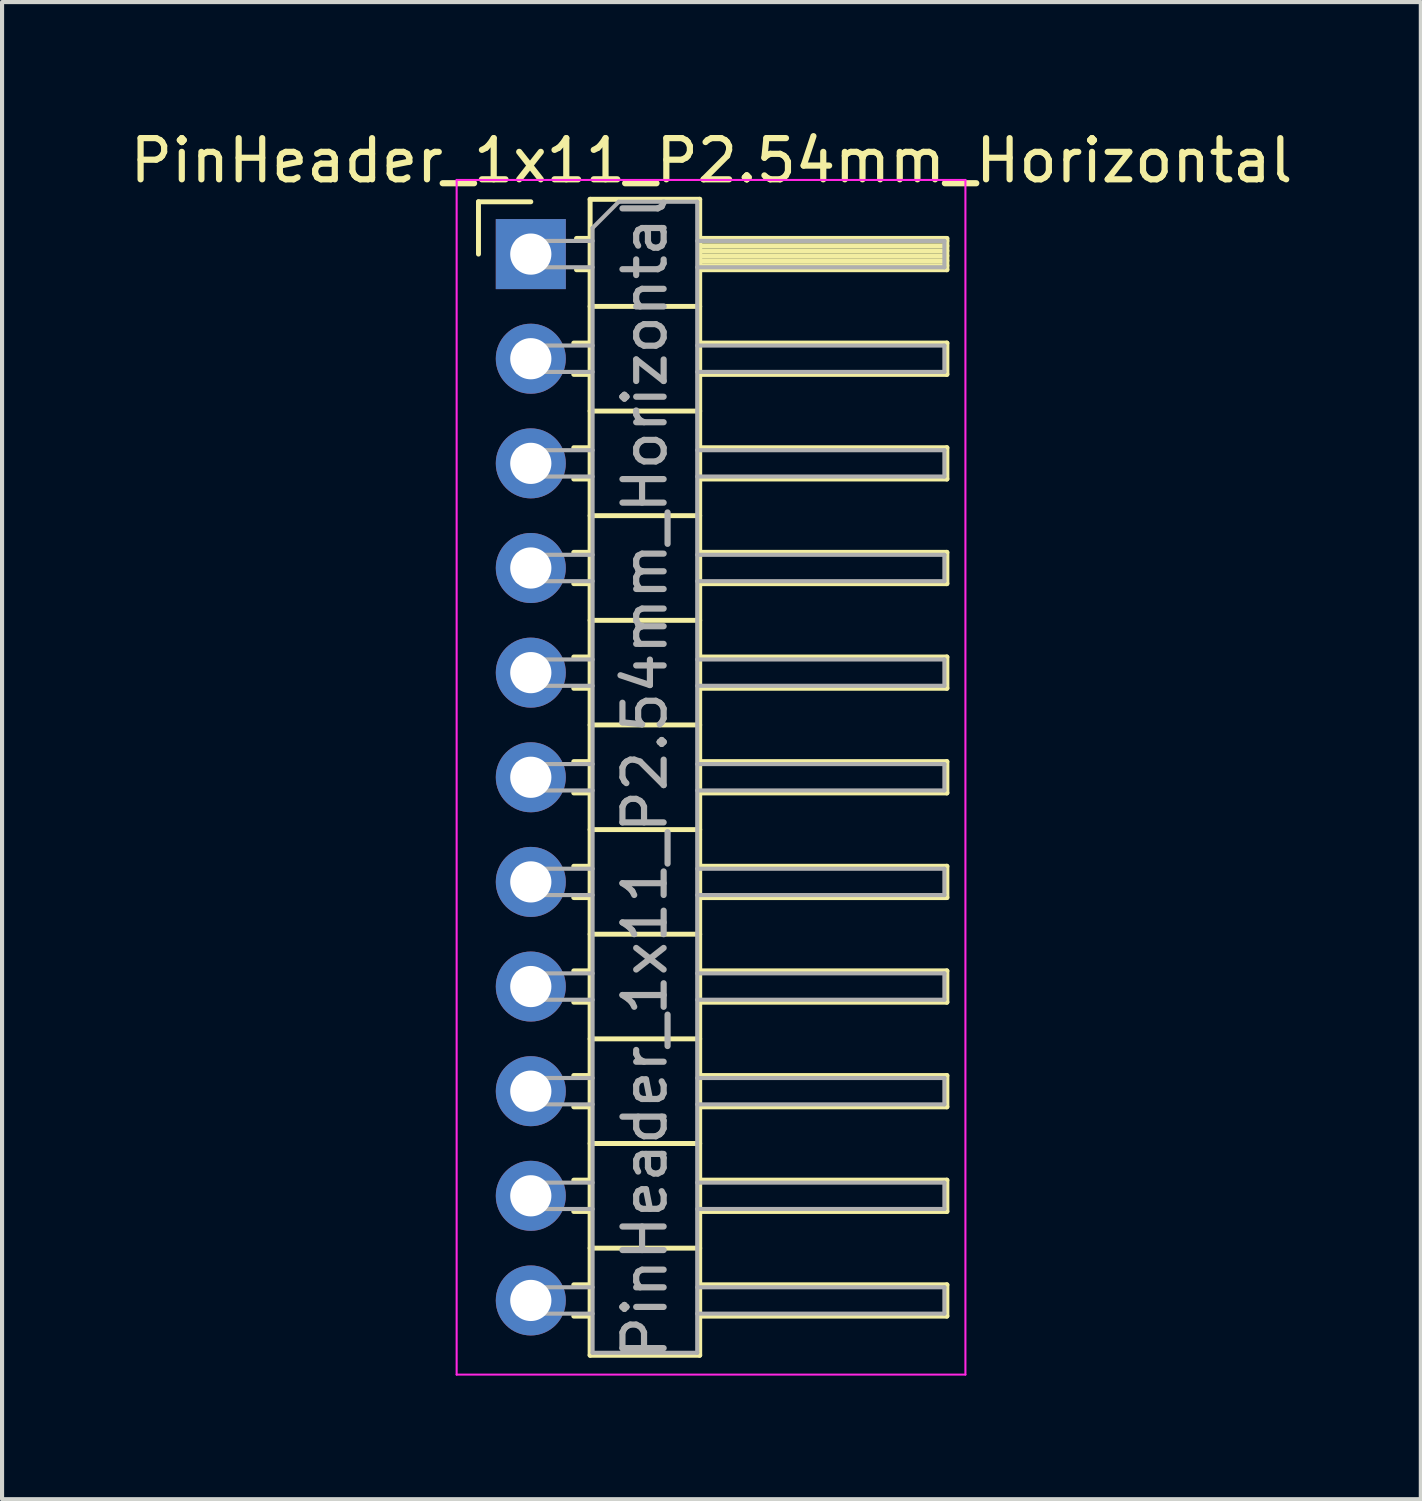
<source format=kicad_pcb>
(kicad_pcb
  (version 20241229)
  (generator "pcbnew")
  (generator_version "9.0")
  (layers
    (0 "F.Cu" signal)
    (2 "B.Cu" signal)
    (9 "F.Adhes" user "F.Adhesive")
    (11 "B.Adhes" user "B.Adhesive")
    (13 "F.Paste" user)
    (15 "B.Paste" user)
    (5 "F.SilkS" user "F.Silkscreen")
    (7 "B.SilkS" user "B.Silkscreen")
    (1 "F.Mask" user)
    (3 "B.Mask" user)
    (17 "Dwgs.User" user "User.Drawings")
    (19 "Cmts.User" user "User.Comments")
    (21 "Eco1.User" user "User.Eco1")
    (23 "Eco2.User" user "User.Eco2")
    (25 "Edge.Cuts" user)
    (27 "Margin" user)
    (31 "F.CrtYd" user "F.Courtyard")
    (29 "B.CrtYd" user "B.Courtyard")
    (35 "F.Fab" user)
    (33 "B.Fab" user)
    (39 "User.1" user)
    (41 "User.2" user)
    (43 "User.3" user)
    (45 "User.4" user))
  (footprint "PinHeader_1x11_P2.54mm_Horizontal"
    (layer "F.Cu")
    (at 9.835 3.118)
    (property "Reference" "PinHeader_1x11_P2.54mm_Horizontal" (at 4.385 -2.27 0) (layer "F.SilkS") (effects (font (size 1 1) (thickness 0.15))))
    (attr through_hole)
    (fp_line (start -1.27 -1.27) (end 0 -1.27) (stroke (width 0.12) (type solid)) (layer "F.SilkS"))
    (fp_line (start -1.27 0) (end -1.27 -1.27) (stroke (width 0.12) (type solid)) (layer "F.SilkS"))
    (fp_line (start 1.043 2.16) (end 1.44 2.16) (stroke (width 0.12) (type solid)) (layer "F.SilkS"))
    (fp_line (start 1.043 2.92) (end 1.44 2.92) (stroke (width 0.12) (type solid)) (layer "F.SilkS"))
    (fp_line (start 1.043 4.7) (end 1.44 4.7) (stroke (width 0.12) (type solid)) (layer "F.SilkS"))
    (fp_line (start 1.043 5.46) (end 1.44 5.46) (stroke (width 0.12) (type solid)) (layer "F.SilkS"))
    (fp_line (start 1.043 7.24) (end 1.44 7.24) (stroke (width 0.12) (type solid)) (layer "F.SilkS"))
    (fp_line (start 1.043 8) (end 1.44 8) (stroke (width 0.12) (type solid)) (layer "F.SilkS"))
    (fp_line (start 1.043 9.78) (end 1.44 9.78) (stroke (width 0.12) (type solid)) (layer "F.SilkS"))
    (fp_line (start 1.043 10.54) (end 1.44 10.54) (stroke (width 0.12) (type solid)) (layer "F.SilkS"))
    (fp_line (start 1.043 12.32) (end 1.44 12.32) (stroke (width 0.12) (type solid)) (layer "F.SilkS"))
    (fp_line (start 1.043 13.08) (end 1.44 13.08) (stroke (width 0.12) (type solid)) (layer "F.SilkS"))
    (fp_line (start 1.043 14.86) (end 1.44 14.86) (stroke (width 0.12) (type solid)) (layer "F.SilkS"))
    (fp_line (start 1.043 15.62) (end 1.44 15.62) (stroke (width 0.12) (type solid)) (layer "F.SilkS"))
    (fp_line (start 1.043 17.4) (end 1.44 17.4) (stroke (width 0.12) (type solid)) (layer "F.SilkS"))
    (fp_line (start 1.043 18.16) (end 1.44 18.16) (stroke (width 0.12) (type solid)) (layer "F.SilkS"))
    (fp_line (start 1.043 19.94) (end 1.44 19.94) (stroke (width 0.12) (type solid)) (layer "F.SilkS"))
    (fp_line (start 1.043 20.7) (end 1.44 20.7) (stroke (width 0.12) (type solid)) (layer "F.SilkS"))
    (fp_line (start 1.043 22.48) (end 1.44 22.48) (stroke (width 0.12) (type solid)) (layer "F.SilkS"))
    (fp_line (start 1.043 23.24) (end 1.44 23.24) (stroke (width 0.12) (type solid)) (layer "F.SilkS"))
    (fp_line (start 1.043 25.02) (end 1.44 25.02) (stroke (width 0.12) (type solid)) (layer "F.SilkS"))
    (fp_line (start 1.043 25.78) (end 1.44 25.78) (stroke (width 0.12) (type solid)) (layer "F.SilkS"))
    (fp_line (start 1.11 -0.38) (end 1.44 -0.38) (stroke (width 0.12) (type solid)) (layer "F.SilkS"))
    (fp_line (start 1.11 0.38) (end 1.44 0.38) (stroke (width 0.12) (type solid)) (layer "F.SilkS"))
    (fp_line (start 1.44 -1.33) (end 1.44 26.73) (stroke (width 0.12) (type solid)) (layer "F.SilkS"))
    (fp_line (start 1.44 1.27) (end 4.1 1.27) (stroke (width 0.12) (type solid)) (layer "F.SilkS"))
    (fp_line (start 1.44 3.81) (end 4.1 3.81) (stroke (width 0.12) (type solid)) (layer "F.SilkS"))
    (fp_line (start 1.44 6.35) (end 4.1 6.35) (stroke (width 0.12) (type solid)) (layer "F.SilkS"))
    (fp_line (start 1.44 8.89) (end 4.1 8.89) (stroke (width 0.12) (type solid)) (layer "F.SilkS"))
    (fp_line (start 1.44 11.43) (end 4.1 11.43) (stroke (width 0.12) (type solid)) (layer "F.SilkS"))
    (fp_line (start 1.44 13.97) (end 4.1 13.97) (stroke (width 0.12) (type solid)) (layer "F.SilkS"))
    (fp_line (start 1.44 16.51) (end 4.1 16.51) (stroke (width 0.12) (type solid)) (layer "F.SilkS"))
    (fp_line (start 1.44 19.05) (end 4.1 19.05) (stroke (width 0.12) (type solid)) (layer "F.SilkS"))
    (fp_line (start 1.44 21.59) (end 4.1 21.59) (stroke (width 0.12) (type solid)) (layer "F.SilkS"))
    (fp_line (start 1.44 24.13) (end 4.1 24.13) (stroke (width 0.12) (type solid)) (layer "F.SilkS"))
    (fp_line (start 1.44 26.73) (end 4.1 26.73) (stroke (width 0.12) (type solid)) (layer "F.SilkS"))
    (fp_line (start 4.1 -1.33) (end 1.44 -1.33) (stroke (width 0.12) (type solid)) (layer "F.SilkS"))
    (fp_line (start 4.1 -0.38) (end 10.1 -0.38) (stroke (width 0.12) (type solid)) (layer "F.SilkS"))
    (fp_line (start 4.1 -0.32) (end 10.1 -0.32) (stroke (width 0.12) (type solid)) (layer "F.SilkS"))
    (fp_line (start 4.1 -0.2) (end 10.1 -0.2) (stroke (width 0.12) (type solid)) (layer "F.SilkS"))
    (fp_line (start 4.1 -0.08) (end 10.1 -0.08) (stroke (width 0.12) (type solid)) (layer "F.SilkS"))
    (fp_line (start 4.1 0.04) (end 10.1 0.04) (stroke (width 0.12) (type solid)) (layer "F.SilkS"))
    (fp_line (start 4.1 0.16) (end 10.1 0.16) (stroke (width 0.12) (type solid)) (layer "F.SilkS"))
    (fp_line (start 4.1 0.28) (end 10.1 0.28) (stroke (width 0.12) (type solid)) (layer "F.SilkS"))
    (fp_line (start 4.1 2.16) (end 10.1 2.16) (stroke (width 0.12) (type solid)) (layer "F.SilkS"))
    (fp_line (start 4.1 4.7) (end 10.1 4.7) (stroke (width 0.12) (type solid)) (layer "F.SilkS"))
    (fp_line (start 4.1 7.24) (end 10.1 7.24) (stroke (width 0.12) (type solid)) (layer "F.SilkS"))
    (fp_line (start 4.1 9.78) (end 10.1 9.78) (stroke (width 0.12) (type solid)) (layer "F.SilkS"))
    (fp_line (start 4.1 12.32) (end 10.1 12.32) (stroke (width 0.12) (type solid)) (layer "F.SilkS"))
    (fp_line (start 4.1 14.86) (end 10.1 14.86) (stroke (width 0.12) (type solid)) (layer "F.SilkS"))
    (fp_line (start 4.1 17.4) (end 10.1 17.4) (stroke (width 0.12) (type solid)) (layer "F.SilkS"))
    (fp_line (start 4.1 19.94) (end 10.1 19.94) (stroke (width 0.12) (type solid)) (layer "F.SilkS"))
    (fp_line (start 4.1 22.48) (end 10.1 22.48) (stroke (width 0.12) (type solid)) (layer "F.SilkS"))
    (fp_line (start 4.1 25.02) (end 10.1 25.02) (stroke (width 0.12) (type solid)) (layer "F.SilkS"))
    (fp_line (start 4.1 26.73) (end 4.1 -1.33) (stroke (width 0.12) (type solid)) (layer "F.SilkS"))
    (fp_line (start 10.1 -0.38) (end 10.1 0.38) (stroke (width 0.12) (type solid)) (layer "F.SilkS"))
    (fp_line (start 10.1 0.38) (end 4.1 0.38) (stroke (width 0.12) (type solid)) (layer "F.SilkS"))
    (fp_line (start 10.1 2.16) (end 10.1 2.92) (stroke (width 0.12) (type solid)) (layer "F.SilkS"))
    (fp_line (start 10.1 2.92) (end 4.1 2.92) (stroke (width 0.12) (type solid)) (layer "F.SilkS"))
    (fp_line (start 10.1 4.7) (end 10.1 5.46) (stroke (width 0.12) (type solid)) (layer "F.SilkS"))
    (fp_line (start 10.1 5.46) (end 4.1 5.46) (stroke (width 0.12) (type solid)) (layer "F.SilkS"))
    (fp_line (start 10.1 7.24) (end 10.1 8) (stroke (width 0.12) (type solid)) (layer "F.SilkS"))
    (fp_line (start 10.1 8) (end 4.1 8) (stroke (width 0.12) (type solid)) (layer "F.SilkS"))
    (fp_line (start 10.1 9.78) (end 10.1 10.54) (stroke (width 0.12) (type solid)) (layer "F.SilkS"))
    (fp_line (start 10.1 10.54) (end 4.1 10.54) (stroke (width 0.12) (type solid)) (layer "F.SilkS"))
    (fp_line (start 10.1 12.32) (end 10.1 13.08) (stroke (width 0.12) (type solid)) (layer "F.SilkS"))
    (fp_line (start 10.1 13.08) (end 4.1 13.08) (stroke (width 0.12) (type solid)) (layer "F.SilkS"))
    (fp_line (start 10.1 14.86) (end 10.1 15.62) (stroke (width 0.12) (type solid)) (layer "F.SilkS"))
    (fp_line (start 10.1 15.62) (end 4.1 15.62) (stroke (width 0.12) (type solid)) (layer "F.SilkS"))
    (fp_line (start 10.1 17.4) (end 10.1 18.16) (stroke (width 0.12) (type solid)) (layer "F.SilkS"))
    (fp_line (start 10.1 18.16) (end 4.1 18.16) (stroke (width 0.12) (type solid)) (layer "F.SilkS"))
    (fp_line (start 10.1 19.94) (end 10.1 20.7) (stroke (width 0.12) (type solid)) (layer "F.SilkS"))
    (fp_line (start 10.1 20.7) (end 4.1 20.7) (stroke (width 0.12) (type solid)) (layer "F.SilkS"))
    (fp_line (start 10.1 22.48) (end 10.1 23.24) (stroke (width 0.12) (type solid)) (layer "F.SilkS"))
    (fp_line (start 10.1 23.24) (end 4.1 23.24) (stroke (width 0.12) (type solid)) (layer "F.SilkS"))
    (fp_line (start 10.1 25.02) (end 10.1 25.78) (stroke (width 0.12) (type solid)) (layer "F.SilkS"))
    (fp_line (start 10.1 25.78) (end 4.1 25.78) (stroke (width 0.12) (type solid)) (layer "F.SilkS"))
    (fp_line (start -1.8 -1.8) (end -1.8 27.2) (stroke (width 0.05) (type solid)) (layer "F.CrtYd"))
    (fp_line (start -1.8 27.2) (end 10.55 27.2) (stroke (width 0.05) (type solid)) (layer "F.CrtYd"))
    (fp_line (start 10.55 -1.8) (end -1.8 -1.8) (stroke (width 0.05) (type solid)) (layer "F.CrtYd"))
    (fp_line (start 10.55 27.2) (end 10.55 -1.8) (stroke (width 0.05) (type solid)) (layer "F.CrtYd"))
    (fp_line (start -0.32 -0.32) (end -0.32 0.32) (stroke (width 0.1) (type solid)) (layer "F.Fab"))
    (fp_line (start -0.32 -0.32) (end 1.5 -0.32) (stroke (width 0.1) (type solid)) (layer "F.Fab"))
    (fp_line (start -0.32 0.32) (end 1.5 0.32) (stroke (width 0.1) (type solid)) (layer "F.Fab"))
    (fp_line (start -0.32 2.22) (end -0.32 2.86) (stroke (width 0.1) (type solid)) (layer "F.Fab"))
    (fp_line (start -0.32 2.22) (end 1.5 2.22) (stroke (width 0.1) (type solid)) (layer "F.Fab"))
    (fp_line (start -0.32 2.86) (end 1.5 2.86) (stroke (width 0.1) (type solid)) (layer "F.Fab"))
    (fp_line (start -0.32 4.76) (end -0.32 5.4) (stroke (width 0.1) (type solid)) (layer "F.Fab"))
    (fp_line (start -0.32 4.76) (end 1.5 4.76) (stroke (width 0.1) (type solid)) (layer "F.Fab"))
    (fp_line (start -0.32 5.4) (end 1.5 5.4) (stroke (width 0.1) (type solid)) (layer "F.Fab"))
    (fp_line (start -0.32 7.3) (end -0.32 7.94) (stroke (width 0.1) (type solid)) (layer "F.Fab"))
    (fp_line (start -0.32 7.3) (end 1.5 7.3) (stroke (width 0.1) (type solid)) (layer "F.Fab"))
    (fp_line (start -0.32 7.94) (end 1.5 7.94) (stroke (width 0.1) (type solid)) (layer "F.Fab"))
    (fp_line (start -0.32 9.84) (end -0.32 10.48) (stroke (width 0.1) (type solid)) (layer "F.Fab"))
    (fp_line (start -0.32 9.84) (end 1.5 9.84) (stroke (width 0.1) (type solid)) (layer "F.Fab"))
    (fp_line (start -0.32 10.48) (end 1.5 10.48) (stroke (width 0.1) (type solid)) (layer "F.Fab"))
    (fp_line (start -0.32 12.38) (end -0.32 13.02) (stroke (width 0.1) (type solid)) (layer "F.Fab"))
    (fp_line (start -0.32 12.38) (end 1.5 12.38) (stroke (width 0.1) (type solid)) (layer "F.Fab"))
    (fp_line (start -0.32 13.02) (end 1.5 13.02) (stroke (width 0.1) (type solid)) (layer "F.Fab"))
    (fp_line (start -0.32 14.92) (end -0.32 15.56) (stroke (width 0.1) (type solid)) (layer "F.Fab"))
    (fp_line (start -0.32 14.92) (end 1.5 14.92) (stroke (width 0.1) (type solid)) (layer "F.Fab"))
    (fp_line (start -0.32 15.56) (end 1.5 15.56) (stroke (width 0.1) (type solid)) (layer "F.Fab"))
    (fp_line (start -0.32 17.46) (end -0.32 18.1) (stroke (width 0.1) (type solid)) (layer "F.Fab"))
    (fp_line (start -0.32 17.46) (end 1.5 17.46) (stroke (width 0.1) (type solid)) (layer "F.Fab"))
    (fp_line (start -0.32 18.1) (end 1.5 18.1) (stroke (width 0.1) (type solid)) (layer "F.Fab"))
    (fp_line (start -0.32 20) (end -0.32 20.64) (stroke (width 0.1) (type solid)) (layer "F.Fab"))
    (fp_line (start -0.32 20) (end 1.5 20) (stroke (width 0.1) (type solid)) (layer "F.Fab"))
    (fp_line (start -0.32 20.64) (end 1.5 20.64) (stroke (width 0.1) (type solid)) (layer "F.Fab"))
    (fp_line (start -0.32 22.54) (end -0.32 23.18) (stroke (width 0.1) (type solid)) (layer "F.Fab"))
    (fp_line (start -0.32 22.54) (end 1.5 22.54) (stroke (width 0.1) (type solid)) (layer "F.Fab"))
    (fp_line (start -0.32 23.18) (end 1.5 23.18) (stroke (width 0.1) (type solid)) (layer "F.Fab"))
    (fp_line (start -0.32 25.08) (end -0.32 25.72) (stroke (width 0.1) (type solid)) (layer "F.Fab"))
    (fp_line (start -0.32 25.08) (end 1.5 25.08) (stroke (width 0.1) (type solid)) (layer "F.Fab"))
    (fp_line (start -0.32 25.72) (end 1.5 25.72) (stroke (width 0.1) (type solid)) (layer "F.Fab"))
    (fp_line (start 1.5 -0.635) (end 2.135 -1.27) (stroke (width 0.1) (type solid)) (layer "F.Fab"))
    (fp_line (start 1.5 26.67) (end 1.5 -0.635) (stroke (width 0.1) (type solid)) (layer "F.Fab"))
    (fp_line (start 2.135 -1.27) (end 4.04 -1.27) (stroke (width 0.1) (type solid)) (layer "F.Fab"))
    (fp_line (start 4.04 -1.27) (end 4.04 26.67) (stroke (width 0.1) (type solid)) (layer "F.Fab"))
    (fp_line (start 4.04 -0.32) (end 10.04 -0.32) (stroke (width 0.1) (type solid)) (layer "F.Fab"))
    (fp_line (start 4.04 0.32) (end 10.04 0.32) (stroke (width 0.1) (type solid)) (layer "F.Fab"))
    (fp_line (start 4.04 2.22) (end 10.04 2.22) (stroke (width 0.1) (type solid)) (layer "F.Fab"))
    (fp_line (start 4.04 2.86) (end 10.04 2.86) (stroke (width 0.1) (type solid)) (layer "F.Fab"))
    (fp_line (start 4.04 4.76) (end 10.04 4.76) (stroke (width 0.1) (type solid)) (layer "F.Fab"))
    (fp_line (start 4.04 5.4) (end 10.04 5.4) (stroke (width 0.1) (type solid)) (layer "F.Fab"))
    (fp_line (start 4.04 7.3) (end 10.04 7.3) (stroke (width 0.1) (type solid)) (layer "F.Fab"))
    (fp_line (start 4.04 7.94) (end 10.04 7.94) (stroke (width 0.1) (type solid)) (layer "F.Fab"))
    (fp_line (start 4.04 9.84) (end 10.04 9.84) (stroke (width 0.1) (type solid)) (layer "F.Fab"))
    (fp_line (start 4.04 10.48) (end 10.04 10.48) (stroke (width 0.1) (type solid)) (layer "F.Fab"))
    (fp_line (start 4.04 12.38) (end 10.04 12.38) (stroke (width 0.1) (type solid)) (layer "F.Fab"))
    (fp_line (start 4.04 13.02) (end 10.04 13.02) (stroke (width 0.1) (type solid)) (layer "F.Fab"))
    (fp_line (start 4.04 14.92) (end 10.04 14.92) (stroke (width 0.1) (type solid)) (layer "F.Fab"))
    (fp_line (start 4.04 15.56) (end 10.04 15.56) (stroke (width 0.1) (type solid)) (layer "F.Fab"))
    (fp_line (start 4.04 17.46) (end 10.04 17.46) (stroke (width 0.1) (type solid)) (layer "F.Fab"))
    (fp_line (start 4.04 18.1) (end 10.04 18.1) (stroke (width 0.1) (type solid)) (layer "F.Fab"))
    (fp_line (start 4.04 20) (end 10.04 20) (stroke (width 0.1) (type solid)) (layer "F.Fab"))
    (fp_line (start 4.04 20.64) (end 10.04 20.64) (stroke (width 0.1) (type solid)) (layer "F.Fab"))
    (fp_line (start 4.04 22.54) (end 10.04 22.54) (stroke (width 0.1) (type solid)) (layer "F.Fab"))
    (fp_line (start 4.04 23.18) (end 10.04 23.18) (stroke (width 0.1) (type solid)) (layer "F.Fab"))
    (fp_line (start 4.04 25.08) (end 10.04 25.08) (stroke (width 0.1) (type solid)) (layer "F.Fab"))
    (fp_line (start 4.04 25.72) (end 10.04 25.72) (stroke (width 0.1) (type solid)) (layer "F.Fab"))
    (fp_line (start 4.04 26.67) (end 1.5 26.67) (stroke (width 0.1) (type solid)) (layer "F.Fab"))
    (fp_line (start 10.04 -0.32) (end 10.04 0.32) (stroke (width 0.1) (type solid)) (layer "F.Fab"))
    (fp_line (start 10.04 2.22) (end 10.04 2.86) (stroke (width 0.1) (type solid)) (layer "F.Fab"))
    (fp_line (start 10.04 4.76) (end 10.04 5.4) (stroke (width 0.1) (type solid)) (layer "F.Fab"))
    (fp_line (start 10.04 7.3) (end 10.04 7.94) (stroke (width 0.1) (type solid)) (layer "F.Fab"))
    (fp_line (start 10.04 9.84) (end 10.04 10.48) (stroke (width 0.1) (type solid)) (layer "F.Fab"))
    (fp_line (start 10.04 12.38) (end 10.04 13.02) (stroke (width 0.1) (type solid)) (layer "F.Fab"))
    (fp_line (start 10.04 14.92) (end 10.04 15.56) (stroke (width 0.1) (type solid)) (layer "F.Fab"))
    (fp_line (start 10.04 17.46) (end 10.04 18.1) (stroke (width 0.1) (type solid)) (layer "F.Fab"))
    (fp_line (start 10.04 20) (end 10.04 20.64) (stroke (width 0.1) (type solid)) (layer "F.Fab"))
    (fp_line (start 10.04 22.54) (end 10.04 23.18) (stroke (width 0.1) (type solid)) (layer "F.Fab"))
    (fp_line (start 10.04 25.08) (end 10.04 25.72) (stroke (width 0.1) (type solid)) (layer "F.Fab"))
    (fp_text user "${REFERENCE}" (at 2.77 12.7 90) (layer "F.Fab") (effects (font (size 1 1) (thickness 0.15))))
    (pad "1" thru_hole rect (at 0 0) (size 1.7 1.7) (drill 1) (layers "*.Cu" "*.Mask"))
    (pad "2" thru_hole oval (at 0 2.54) (size 1.7 1.7) (drill 1) (layers "*.Cu" "*.Mask"))
    (pad "3" thru_hole oval (at 0 5.08) (size 1.7 1.7) (drill 1) (layers "*.Cu" "*.Mask"))
    (pad "4" thru_hole oval (at 0 7.62) (size 1.7 1.7) (drill 1) (layers "*.Cu" "*.Mask"))
    (pad "5" thru_hole oval (at 0 10.16) (size 1.7 1.7) (drill 1) (layers "*.Cu" "*.Mask"))
    (pad "6" thru_hole oval (at 0 12.7) (size 1.7 1.7) (drill 1) (layers "*.Cu" "*.Mask"))
    (pad "7" thru_hole oval (at 0 15.24) (size 1.7 1.7) (drill 1) (layers "*.Cu" "*.Mask"))
    (pad "8" thru_hole oval (at 0 17.78) (size 1.7 1.7) (drill 1) (layers "*.Cu" "*.Mask"))
    (pad "9" thru_hole oval (at 0 20.32) (size 1.7 1.7) (drill 1) (layers "*.Cu" "*.Mask"))
    (pad "10" thru_hole oval (at 0 22.86) (size 1.7 1.7) (drill 1) (layers "*.Cu" "*.Mask"))
    (pad "11" thru_hole oval (at 0 25.4) (size 1.7 1.7) (drill 1) (layers "*.Cu" "*.Mask")))
  (gr_rect
    (start -3 -3)
    (end 31.44 33.343)
    (stroke (width 0.1) (type default))
    (fill no)
    (layer "Edge.Cuts")))
</source>
